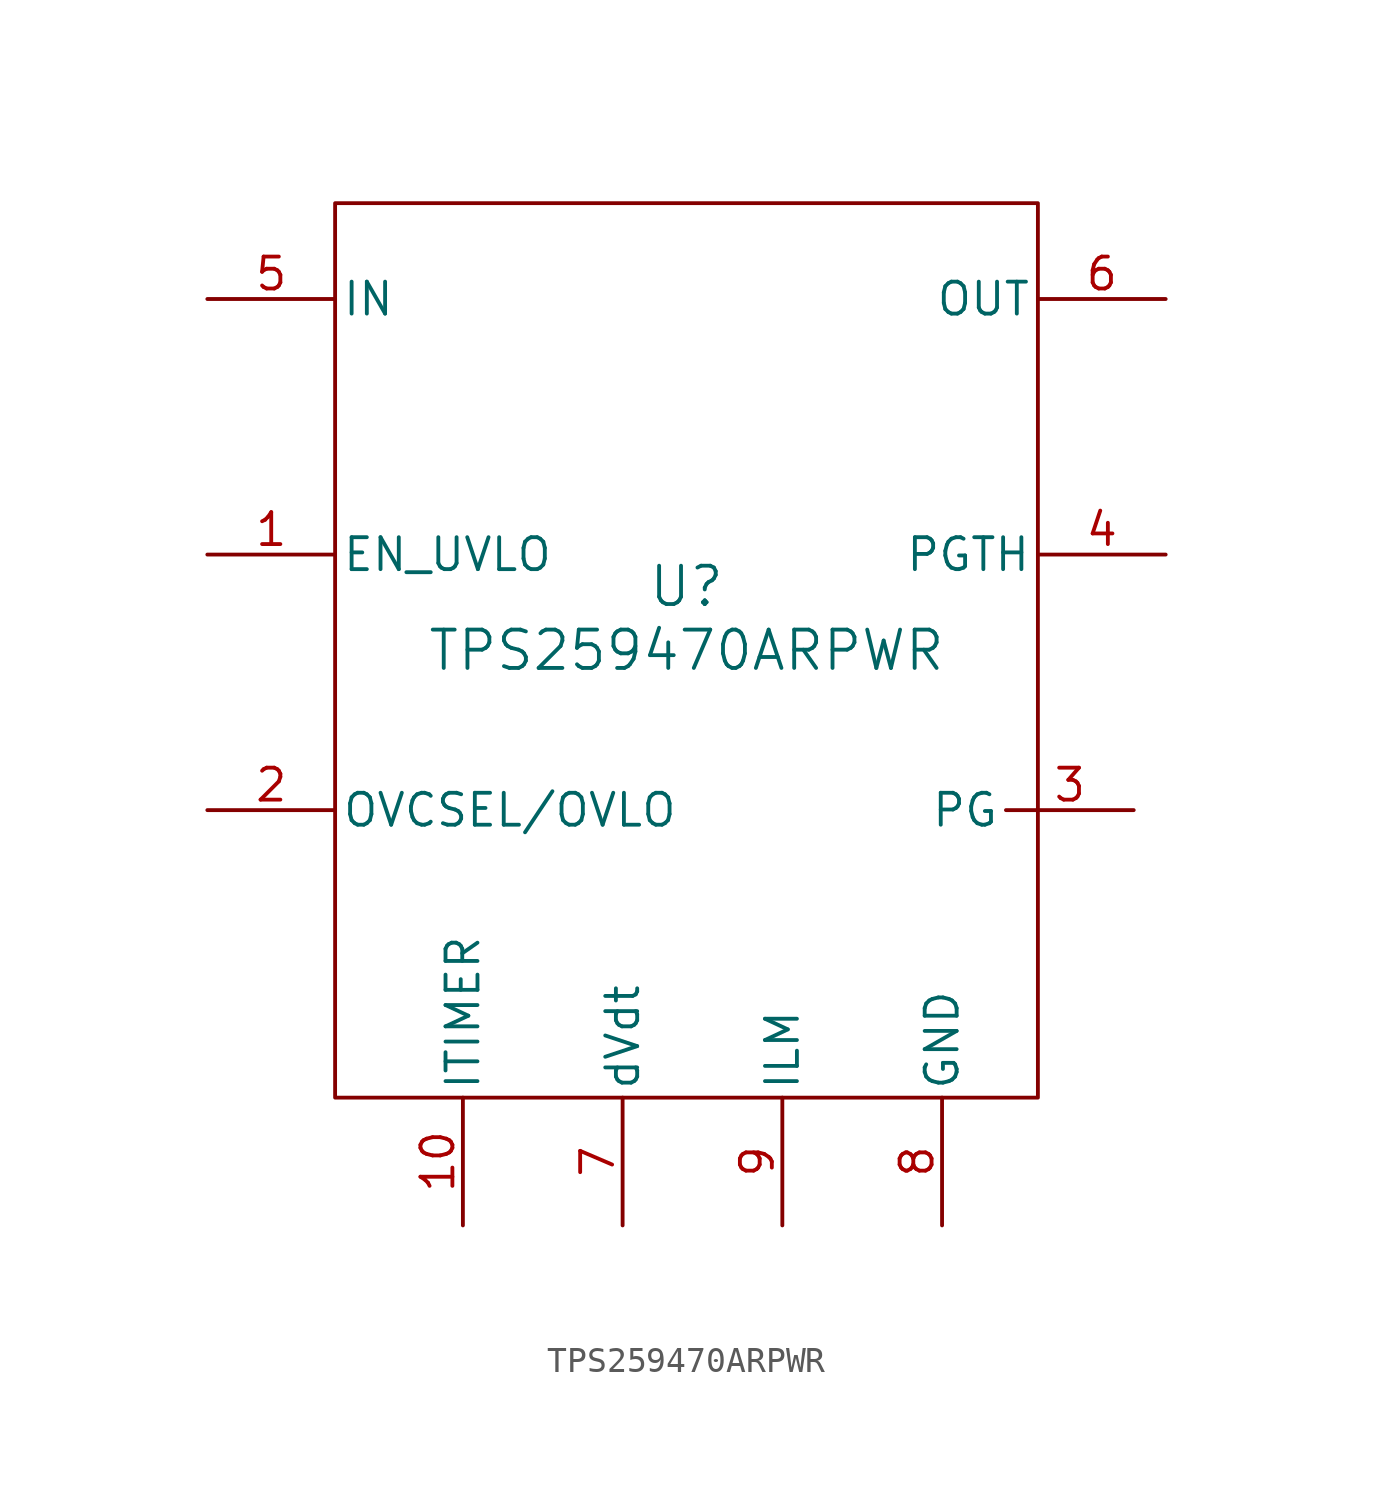
<source format=kicad_sym>
(kicad_symbol_lib
  (version 20231120)
  (generator "kicad_symbol_editor")
  (generator_version "8.0")
  (symbol "TPS259470ARPWR"
    (pin_names
      (offset 0.254))
    (property "Reference" "U"
      (at 0 2.54 0)
      (effects (font (size 1.524 1.524))))
    (property "Value" "TPS259470ARPWR"
      (at 0 0 0)
      (effects (font (size 1.524 1.524))))
    (symbol "TPS259470ARPWR_0_1"
      (rectangle (start -13.97 17.78) (end 13.97 -17.78) (stroke (width 0) (type default)) (fill (type none)))
      (pin input line (at -19.05 3.81 0) (length 5.08) (name "EN_UVLO" (effects (font (size 1.27 1.27)))) (number "1" (effects (font (size 1.27 1.27)))))
      (pin output line (at -8.89 -22.86 90) (length 5.08) (name "ITIMER" (effects (font (size 1.27 1.27)))) (number "10" (effects (font (size 1.27 1.27)))))
      (pin output line (at 17.78 -6.35 180) (length 5.08) (name "PG" (effects (font (size 1.27 1.27)))) (number "3" (effects (font (size 1.27 1.27)))))
      (pin input line (at 19.05 3.81 180) (length 5.08) (name "PGTH" (effects (font (size 1.27 1.27)))) (number "4" (effects (font (size 1.27 1.27)))))
      (pin power_in line (at -19.05 13.97 0) (length 5.08) (name "IN" (effects (font (size 1.27 1.27)))) (number "5" (effects (font (size 1.27 1.27)))))
      (pin power_in line (at 19.05 13.97 180) (length 5.08) (name "OUT" (effects (font (size 1.27 1.27)))) (number "6" (effects (font (size 1.27 1.27)))))
      (pin output line (at -2.54 -22.86 90) (length 5.08) (name "dVdt" (effects (font (size 1.27 1.27)))) (number "7" (effects (font (size 1.27 1.27)))))
      (pin power_in line (at 10.16 -22.86 90) (length 5.08) (name "GND" (effects (font (size 1.27 1.27)))) (number "8" (effects (font (size 1.27 1.27)))))
      (pin output line (at 3.81 -22.86 90) (length 5.08) (name "ILM" (effects (font (size 1.27 1.27)))) (number "9" (effects (font (size 1.27 1.27))))))
    (symbol "TPS259470ARPWR_1_1"
      (pin input line (at -19.05 -6.35 0) (length 5.08) (name "OVCSEL/OVLO" (effects (font (size 1.27 1.27)))) (number "2" (effects (font (size 1.27 1.27))))))))
</source>
